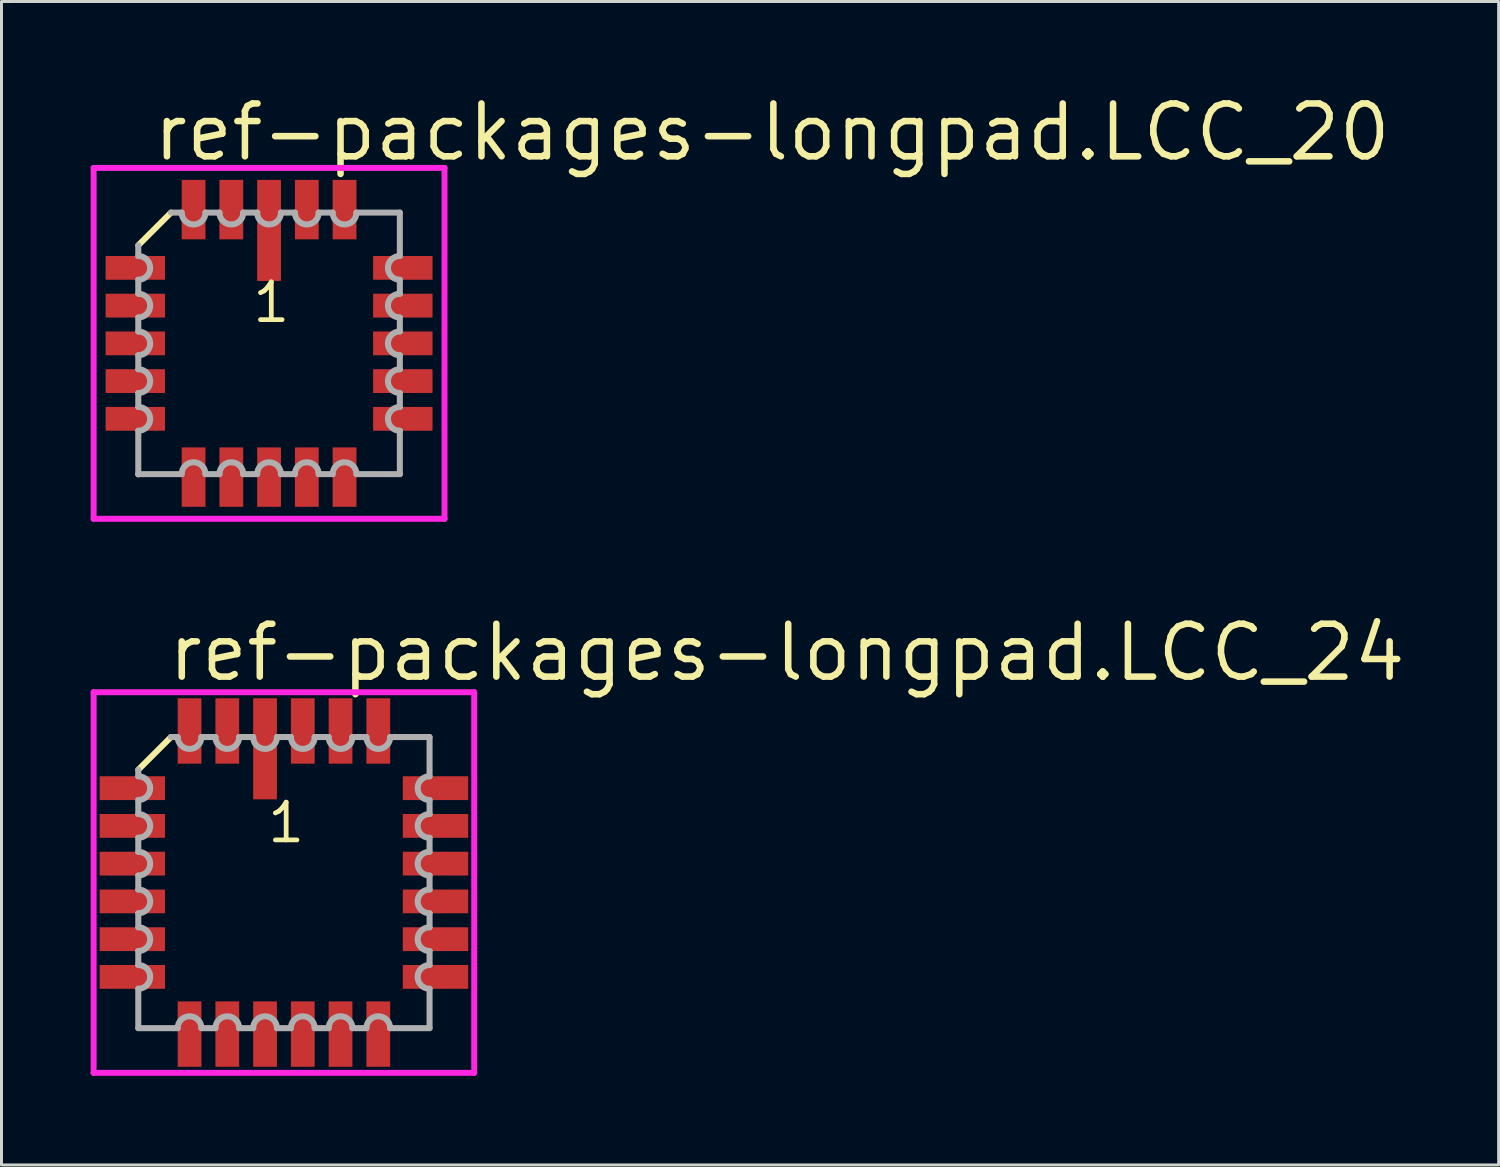
<source format=kicad_pcb>
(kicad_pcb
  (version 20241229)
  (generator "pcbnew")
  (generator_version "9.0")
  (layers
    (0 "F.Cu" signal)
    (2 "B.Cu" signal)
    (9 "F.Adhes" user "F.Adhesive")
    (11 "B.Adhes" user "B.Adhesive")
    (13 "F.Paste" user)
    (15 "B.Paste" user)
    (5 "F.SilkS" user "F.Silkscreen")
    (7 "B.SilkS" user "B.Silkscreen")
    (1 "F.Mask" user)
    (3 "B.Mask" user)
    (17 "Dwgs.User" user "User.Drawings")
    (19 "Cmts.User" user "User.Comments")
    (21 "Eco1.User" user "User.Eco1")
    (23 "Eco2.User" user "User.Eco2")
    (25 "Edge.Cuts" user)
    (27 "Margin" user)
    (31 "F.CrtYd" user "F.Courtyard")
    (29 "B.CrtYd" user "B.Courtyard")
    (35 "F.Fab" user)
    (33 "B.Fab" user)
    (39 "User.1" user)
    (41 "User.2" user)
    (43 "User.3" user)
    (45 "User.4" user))
  (footprint "ref-packages-longpad.LCC_20"
    (layer "F.Cu")
    (at 6.003 8.503)
    (property "Reference" "ref-packages-longpad.LCC_20" (at -4.005 -6.065 0) (layer "F.SilkS") (effects (font (size 1.778 1.778) (thickness 0.22)) (justify left bottom)))
    (attr smd)
    (fp_line (start -3.3 -4.4) (end -4.4 -3.3) (stroke (width 0.203) (type default)) (layer "F.SilkS"))
    (fp_line (start -5.903 -5.903) (end 5.903 -5.903) (stroke (width 0.2) (type default)) (layer "F.CrtYd"))
    (fp_line (start -5.903 5.903) (end -5.903 -5.903) (stroke (width 0.2) (type default)) (layer "F.CrtYd"))
    (fp_line (start 5.903 -5.903) (end 5.903 5.903) (stroke (width 0.2) (type default)) (layer "F.CrtYd"))
    (fp_line (start 5.903 5.903) (end -5.903 5.903) (stroke (width 0.2) (type default)) (layer "F.CrtYd"))
    (fp_line (start -4.4 -3.3) (end -4.4 -2.94) (stroke (width 0.203) (type default)) (layer "F.Fab"))
    (fp_line (start -4.4 -2.14) (end -4.4 -1.67) (stroke (width 0.203) (type default)) (layer "F.Fab"))
    (fp_line (start -4.4 -0.87) (end -4.4 -0.4) (stroke (width 0.203) (type default)) (layer "F.Fab"))
    (fp_line (start -4.4 0.4) (end -4.4 0.87) (stroke (width 0.203) (type default)) (layer "F.Fab"))
    (fp_line (start -4.4 1.67) (end -4.4 2.14) (stroke (width 0.203) (type default)) (layer "F.Fab"))
    (fp_line (start -4.4 2.94) (end -4.4 4.4) (stroke (width 0.203) (type default)) (layer "F.Fab"))
    (fp_line (start -4.4 4.4) (end -4.4 4.41) (stroke (width 0.203) (type default)) (layer "F.Fab"))
    (fp_line (start -4.4 4.4) (end -2.94 4.4) (stroke (width 0.203) (type default)) (layer "F.Fab"))
    (fp_line (start -2.94 -4.4) (end -3.3 -4.4) (stroke (width 0.203) (type default)) (layer "F.Fab"))
    (fp_line (start -2.14 4.4) (end -1.67 4.4) (stroke (width 0.203) (type default)) (layer "F.Fab"))
    (fp_line (start -1.67 -4.4) (end -2.14 -4.4) (stroke (width 0.203) (type default)) (layer "F.Fab"))
    (fp_line (start -0.87 4.4) (end -0.4 4.4) (stroke (width 0.203) (type default)) (layer "F.Fab"))
    (fp_line (start -0.4 -4.4) (end -0.87 -4.4) (stroke (width 0.203) (type default)) (layer "F.Fab"))
    (fp_line (start 0.4 4.4) (end 0.87 4.4) (stroke (width 0.203) (type default)) (layer "F.Fab"))
    (fp_line (start 0.87 -4.4) (end 0.4 -4.4) (stroke (width 0.203) (type default)) (layer "F.Fab"))
    (fp_line (start 1.67 4.4) (end 2.14 4.4) (stroke (width 0.203) (type default)) (layer "F.Fab"))
    (fp_line (start 2.14 -4.4) (end 1.67 -4.4) (stroke (width 0.203) (type default)) (layer "F.Fab"))
    (fp_line (start 2.94 4.4) (end 4.4 4.4) (stroke (width 0.203) (type default)) (layer "F.Fab"))
    (fp_line (start 4.4 -4.4) (end 2.94 -4.4) (stroke (width 0.203) (type default)) (layer "F.Fab"))
    (fp_line (start 4.4 -2.94) (end 4.4 -4.4) (stroke (width 0.203) (type default)) (layer "F.Fab"))
    (fp_line (start 4.4 -1.67) (end 4.4 -2.14) (stroke (width 0.203) (type default)) (layer "F.Fab"))
    (fp_line (start 4.4 -0.4) (end 4.4 -0.87) (stroke (width 0.203) (type default)) (layer "F.Fab"))
    (fp_line (start 4.4 0.87) (end 4.4 0.4) (stroke (width 0.203) (type default)) (layer "F.Fab"))
    (fp_line (start 4.4 2.14) (end 4.4 1.67) (stroke (width 0.203) (type default)) (layer "F.Fab"))
    (fp_line (start 4.4 4.4) (end 4.4 2.94) (stroke (width 0.203) (type default)) (layer "F.Fab"))
    (fp_arc (start -4.4001 -2.94) (mid -4.0001 -2.54) (end -4.4001 -2.14) (stroke (width 0.2032) (type default)) (layer "F.Fab"))
    (fp_arc (start -4.4001 -1.67) (mid -4.0001 -1.27) (end -4.4001 -0.87) (stroke (width 0.2032) (type default)) (layer "F.Fab"))
    (fp_arc (start -4.4001 -0.4001) (mid -4 0) (end -4.4001 0.4001) (stroke (width 0.2032) (type default)) (layer "F.Fab"))
    (fp_arc (start -4.4001 0.8699) (mid -4 1.27) (end -4.4001 1.6701) (stroke (width 0.2032) (type default)) (layer "F.Fab"))
    (fp_arc (start -4.4001 2.1399) (mid -4 2.54) (end -4.4001 2.9401) (stroke (width 0.2032) (type default)) (layer "F.Fab"))
    (fp_arc (start -2.9401 4.4001) (mid -2.54 4) (end -2.1399 4.4001) (stroke (width 0.2032) (type default)) (layer "F.Fab"))
    (fp_arc (start -2.1399 -4.4001) (mid -2.54 -4) (end -2.9401 -4.4001) (stroke (width 0.2032) (type default)) (layer "F.Fab"))
    (fp_arc (start -1.6701 4.4001) (mid -1.27 4) (end -0.8699 4.4001) (stroke (width 0.2032) (type default)) (layer "F.Fab"))
    (fp_arc (start -0.8699 -4.4001) (mid -1.27 -4) (end -1.6701 -4.4001) (stroke (width 0.2032) (type default)) (layer "F.Fab"))
    (fp_arc (start -0.4001 4.4001) (mid 0 4) (end 0.4001 4.4001) (stroke (width 0.2032) (type default)) (layer "F.Fab"))
    (fp_arc (start 0.4001 -4.4001) (mid 0 -4) (end -0.4001 -4.4001) (stroke (width 0.2032) (type default)) (layer "F.Fab"))
    (fp_arc (start 0.87 4.4001) (mid 1.27 4.0001) (end 1.67 4.4001) (stroke (width 0.2032) (type default)) (layer "F.Fab"))
    (fp_arc (start 1.67 -4.4001) (mid 1.27 -4.0001) (end 0.87 -4.4001) (stroke (width 0.2032) (type default)) (layer "F.Fab"))
    (fp_arc (start 2.14 4.4001) (mid 2.54 4.0001) (end 2.94 4.4001) (stroke (width 0.2032) (type default)) (layer "F.Fab"))
    (fp_arc (start 2.94 -4.4001) (mid 2.54 -4.0001) (end 2.14 -4.4001) (stroke (width 0.2032) (type default)) (layer "F.Fab"))
    (fp_arc (start 4.4001 -2.1399) (mid 4 -2.54) (end 4.4001 -2.9401) (stroke (width 0.2032) (type default)) (layer "F.Fab"))
    (fp_arc (start 4.4001 -0.8699) (mid 4 -1.27) (end 4.4001 -1.6701) (stroke (width 0.2032) (type default)) (layer "F.Fab"))
    (fp_arc (start 4.4001 0.4001) (mid 4 0) (end 4.4001 -0.4001) (stroke (width 0.2032) (type default)) (layer "F.Fab"))
    (fp_arc (start 4.4001 1.67) (mid 4.0001 1.27) (end 4.4001 0.87) (stroke (width 0.2032) (type default)) (layer "F.Fab"))
    (fp_arc (start 4.4001 2.94) (mid 4.0001 2.54) (end 4.4001 2.14) (stroke (width 0.2032) (type default)) (layer "F.Fab"))
    (fp_text user "1" (at -0.635 -0.635 0) (layer "F.SilkS") (effects (font (size 1.27 1.27) (thickness 0.16)) (justify left bottom)))
    (pad "1" smd roundrect (at 0 -3.8) (size 0.8 3.4) (layers "F.Cu" "F.Mask" "F.Paste") (roundrect_rratio 0.01))
    (pad "2" smd roundrect (at -1.27 -4.5) (size 0.8 2) (layers "F.Cu" "F.Mask" "F.Paste") (roundrect_rratio 0.01))
    (pad "3" smd roundrect (at -2.54 -4.5) (size 0.8 2) (layers "F.Cu" "F.Mask" "F.Paste") (roundrect_rratio 0.01))
    (pad "4" smd roundrect (at -4.5 -2.54) (size 2 0.8) (layers "F.Cu" "F.Mask" "F.Paste") (roundrect_rratio 0.01))
    (pad "5" smd roundrect (at -4.5 -1.27) (size 2 0.8) (layers "F.Cu" "F.Mask" "F.Paste") (roundrect_rratio 0.01))
    (pad "6" smd roundrect (at -4.5 0) (size 2 0.8) (layers "F.Cu" "F.Mask" "F.Paste") (roundrect_rratio 0.01))
    (pad "7" smd roundrect (at -4.5 1.27) (size 2 0.8) (layers "F.Cu" "F.Mask" "F.Paste") (roundrect_rratio 0.01))
    (pad "8" smd roundrect (at -4.5 2.54) (size 2 0.8) (layers "F.Cu" "F.Mask" "F.Paste") (roundrect_rratio 0.01))
    (pad "9" smd roundrect (at -2.54 4.5) (size 0.8 2) (layers "F.Cu" "F.Mask" "F.Paste") (roundrect_rratio 0.01))
    (pad "10" smd roundrect (at -1.27 4.5) (size 0.8 2) (layers "F.Cu" "F.Mask" "F.Paste") (roundrect_rratio 0.01))
    (pad "11" smd roundrect (at 0 4.5) (size 0.8 2) (layers "F.Cu" "F.Mask" "F.Paste") (roundrect_rratio 0.01))
    (pad "12" smd roundrect (at 1.27 4.5) (size 0.8 2) (layers "F.Cu" "F.Mask" "F.Paste") (roundrect_rratio 0.01))
    (pad "13" smd roundrect (at 2.54 4.5) (size 0.8 2) (layers "F.Cu" "F.Mask" "F.Paste") (roundrect_rratio 0.01))
    (pad "14" smd roundrect (at 4.5 2.54) (size 2 0.8) (layers "F.Cu" "F.Mask" "F.Paste") (roundrect_rratio 0.01))
    (pad "15" smd roundrect (at 4.5 1.27) (size 2 0.8) (layers "F.Cu" "F.Mask" "F.Paste") (roundrect_rratio 0.01))
    (pad "16" smd roundrect (at 4.5 0) (size 2 0.8) (layers "F.Cu" "F.Mask" "F.Paste") (roundrect_rratio 0.01))
    (pad "17" smd roundrect (at 4.5 -1.27) (size 2 0.8) (layers "F.Cu" "F.Mask" "F.Paste") (roundrect_rratio 0.01))
    (pad "18" smd roundrect (at 4.5 -2.54) (size 2 0.8) (layers "F.Cu" "F.Mask" "F.Paste") (roundrect_rratio 0.01))
    (pad "19" smd roundrect (at 2.54 -4.5) (size 0.8 2) (layers "F.Cu" "F.Mask" "F.Paste") (roundrect_rratio 0.01))
    (pad "20" smd roundrect (at 1.27 -4.5) (size 0.8 2) (layers "F.Cu" "F.Mask" "F.Paste") (roundrect_rratio 0.01)))
  (footprint "ref-packages-longpad.LCC_24"
    (layer "F.Cu")
    (at 6.503 26.644)
    (property "Reference" "ref-packages-longpad.LCC_24" (at -4.005 -6.7 0) (layer "F.SilkS") (effects (font (size 1.778 1.778) (thickness 0.22)) (justify left bottom)))
    (attr smd)
    (fp_line (start -3.8 -4.895) (end -4.9 -3.795) (stroke (width 0.203) (type default)) (layer "F.SilkS"))
    (fp_line (start -6.403 -6.403) (end 6.403 -6.403) (stroke (width 0.2) (type default)) (layer "F.CrtYd"))
    (fp_line (start -6.403 6.403) (end -6.403 -6.403) (stroke (width 0.2) (type default)) (layer "F.CrtYd"))
    (fp_line (start 6.403 -6.403) (end 6.403 6.403) (stroke (width 0.2) (type default)) (layer "F.CrtYd"))
    (fp_line (start 6.403 6.403) (end -6.403 6.403) (stroke (width 0.2) (type default)) (layer "F.CrtYd"))
    (fp_line (start -4.9 -3.795) (end -4.9 -3.575) (stroke (width 0.203) (type default)) (layer "F.Fab"))
    (fp_line (start -4.9 -2.775) (end -4.9 -2.305) (stroke (width 0.203) (type default)) (layer "F.Fab"))
    (fp_line (start -4.9 -1.505) (end -4.9 -1.035) (stroke (width 0.203) (type default)) (layer "F.Fab"))
    (fp_line (start -4.9 -0.235) (end -4.9 0.235) (stroke (width 0.203) (type default)) (layer "F.Fab"))
    (fp_line (start -4.9 1.035) (end -4.9 1.505) (stroke (width 0.203) (type default)) (layer "F.Fab"))
    (fp_line (start -4.9 2.305) (end -4.9 2.775) (stroke (width 0.203) (type default)) (layer "F.Fab"))
    (fp_line (start -4.9 3.575) (end -4.9 4.9) (stroke (width 0.203) (type default)) (layer "F.Fab"))
    (fp_line (start -4.9 4.9) (end -3.575 4.9) (stroke (width 0.203) (type default)) (layer "F.Fab"))
    (fp_line (start -3.575 -4.895) (end -3.8 -4.895) (stroke (width 0.203) (type default)) (layer "F.Fab"))
    (fp_line (start -2.775 4.9) (end -2.305 4.9) (stroke (width 0.203) (type default)) (layer "F.Fab"))
    (fp_line (start -2.305 -4.895) (end -2.775 -4.895) (stroke (width 0.203) (type default)) (layer "F.Fab"))
    (fp_line (start -1.505 4.9) (end -1.035 4.9) (stroke (width 0.203) (type default)) (layer "F.Fab"))
    (fp_line (start -1.035 -4.895) (end -1.505 -4.895) (stroke (width 0.203) (type default)) (layer "F.Fab"))
    (fp_line (start -0.235 4.9) (end 0.235 4.9) (stroke (width 0.203) (type default)) (layer "F.Fab"))
    (fp_line (start 0.235 -4.895) (end -0.235 -4.895) (stroke (width 0.203) (type default)) (layer "F.Fab"))
    (fp_line (start 1.035 4.9) (end 1.505 4.9) (stroke (width 0.203) (type default)) (layer "F.Fab"))
    (fp_line (start 1.505 -4.895) (end 1.035 -4.895) (stroke (width 0.203) (type default)) (layer "F.Fab"))
    (fp_line (start 2.305 4.9) (end 2.775 4.9) (stroke (width 0.203) (type default)) (layer "F.Fab"))
    (fp_line (start 2.775 -4.895) (end 2.305 -4.895) (stroke (width 0.203) (type default)) (layer "F.Fab"))
    (fp_line (start 3.575 4.9) (end 4.9 4.9) (stroke (width 0.203) (type default)) (layer "F.Fab"))
    (fp_line (start 4.9 -4.895) (end 3.575 -4.895) (stroke (width 0.203) (type default)) (layer "F.Fab"))
    (fp_line (start 4.9 -3.575) (end 4.9 -4.895) (stroke (width 0.203) (type default)) (layer "F.Fab"))
    (fp_line (start 4.9 -2.305) (end 4.9 -2.775) (stroke (width 0.203) (type default)) (layer "F.Fab"))
    (fp_line (start 4.9 -1.035) (end 4.9 -1.505) (stroke (width 0.203) (type default)) (layer "F.Fab"))
    (fp_line (start 4.9 0.235) (end 4.9 -0.235) (stroke (width 0.203) (type default)) (layer "F.Fab"))
    (fp_line (start 4.9 1.505) (end 4.9 1.035) (stroke (width 0.203) (type default)) (layer "F.Fab"))
    (fp_line (start 4.9 2.775) (end 4.9 2.305) (stroke (width 0.203) (type default)) (layer "F.Fab"))
    (fp_line (start 4.9 4.9) (end 4.9 3.575) (stroke (width 0.203) (type default)) (layer "F.Fab"))
    (fp_arc (start -4.9 -3.575) (mid -4.5 -3.175) (end -4.9 -2.775) (stroke (width 0.2032) (type default)) (layer "F.Fab"))
    (fp_arc (start -4.9 -2.305) (mid -4.5 -1.905) (end -4.9 -1.505) (stroke (width 0.2032) (type default)) (layer "F.Fab"))
    (fp_arc (start -4.9 -1.035) (mid -4.5 -0.635) (end -4.9 -0.235) (stroke (width 0.2032) (type default)) (layer "F.Fab"))
    (fp_arc (start -4.9 0.2349) (mid -4.4999 0.635) (end -4.9 1.0351) (stroke (width 0.2032) (type default)) (layer "F.Fab"))
    (fp_arc (start -4.9 1.5049) (mid -4.4999 1.905) (end -4.9 2.3051) (stroke (width 0.2032) (type default)) (layer "F.Fab"))
    (fp_arc (start -4.9 2.7749) (mid -4.4999 3.175) (end -4.9 3.5751) (stroke (width 0.2032) (type default)) (layer "F.Fab"))
    (fp_arc (start -3.5751 4.9) (mid -3.175 4.4999) (end -2.7749 4.9) (stroke (width 0.2032) (type default)) (layer "F.Fab"))
    (fp_arc (start -2.7749 -4.8949) (mid -3.175 -4.4948) (end -3.5751 -4.8949) (stroke (width 0.2032) (type default)) (layer "F.Fab"))
    (fp_arc (start -2.3051 4.9) (mid -1.905 4.4999) (end -1.5049 4.9) (stroke (width 0.2032) (type default)) (layer "F.Fab"))
    (fp_arc (start -1.5049 -4.8949) (mid -1.905 -4.4948) (end -2.3051 -4.8949) (stroke (width 0.2032) (type default)) (layer "F.Fab"))
    (fp_arc (start -1.0351 4.9) (mid -0.635 4.4999) (end -0.2349 4.9) (stroke (width 0.2032) (type default)) (layer "F.Fab"))
    (fp_arc (start -0.2349 -4.8949) (mid -0.635 -4.4948) (end -1.0351 -4.8949) (stroke (width 0.2032) (type default)) (layer "F.Fab"))
    (fp_arc (start 0.235 4.9) (mid 0.635 4.5) (end 1.035 4.9) (stroke (width 0.2032) (type default)) (layer "F.Fab"))
    (fp_arc (start 1.035 -4.8949) (mid 0.635 -4.4949) (end 0.235 -4.8949) (stroke (width 0.2032) (type default)) (layer "F.Fab"))
    (fp_arc (start 1.505 4.9) (mid 1.905 4.5) (end 2.305 4.9) (stroke (width 0.2032) (type default)) (layer "F.Fab"))
    (fp_arc (start 2.305 -4.8949) (mid 1.905 -4.4949) (end 1.505 -4.8949) (stroke (width 0.2032) (type default)) (layer "F.Fab"))
    (fp_arc (start 2.775 4.9) (mid 3.175 4.5) (end 3.575 4.9) (stroke (width 0.2032) (type default)) (layer "F.Fab"))
    (fp_arc (start 3.575 -4.8949) (mid 3.175 -4.4949) (end 2.775 -4.8949) (stroke (width 0.2032) (type default)) (layer "F.Fab"))
    (fp_arc (start 4.9 -2.7749) (mid 4.4999 -3.175) (end 4.9 -3.5751) (stroke (width 0.2032) (type default)) (layer "F.Fab"))
    (fp_arc (start 4.9 -1.5049) (mid 4.4999 -1.905) (end 4.9 -2.3051) (stroke (width 0.2032) (type default)) (layer "F.Fab"))
    (fp_arc (start 4.9 -0.2349) (mid 4.4999 -0.635) (end 4.9 -1.0351) (stroke (width 0.2032) (type default)) (layer "F.Fab"))
    (fp_arc (start 4.9 1.035) (mid 4.5 0.635) (end 4.9 0.235) (stroke (width 0.2032) (type default)) (layer "F.Fab"))
    (fp_arc (start 4.9 2.305) (mid 4.5 1.905) (end 4.9 1.505) (stroke (width 0.2032) (type default)) (layer "F.Fab"))
    (fp_arc (start 4.9 3.575) (mid 4.5 3.175) (end 4.9 2.775) (stroke (width 0.2032) (type default)) (layer "F.Fab"))
    (fp_text user "1" (at -0.635 -1.27 0) (layer "F.SilkS") (effects (font (size 1.27 1.27) (thickness 0.16)) (justify left bottom)))
    (pad "1" smd roundrect (at -0.635 -4.5) (size 0.8 3.4) (layers "F.Cu" "F.Mask" "F.Paste") (roundrect_rratio 0.01))
    (pad "2" smd roundrect (at -1.905 -5.1) (size 0.8 2.2) (layers "F.Cu" "F.Mask" "F.Paste") (roundrect_rratio 0.01))
    (pad "3" smd roundrect (at -3.175 -5.1) (size 0.8 2.2) (layers "F.Cu" "F.Mask" "F.Paste") (roundrect_rratio 0.01))
    (pad "4" smd roundrect (at -5.1 -3.175) (size 2.2 0.8) (layers "F.Cu" "F.Mask" "F.Paste") (roundrect_rratio 0.01))
    (pad "5" smd roundrect (at -5.1 -1.905) (size 2.2 0.8) (layers "F.Cu" "F.Mask" "F.Paste") (roundrect_rratio 0.01))
    (pad "6" smd roundrect (at -5.1 -0.635) (size 2.2 0.8) (layers "F.Cu" "F.Mask" "F.Paste") (roundrect_rratio 0.01))
    (pad "7" smd roundrect (at -5.1 0.635) (size 2.2 0.8) (layers "F.Cu" "F.Mask" "F.Paste") (roundrect_rratio 0.01))
    (pad "8" smd roundrect (at -5.1 1.905) (size 2.2 0.8) (layers "F.Cu" "F.Mask" "F.Paste") (roundrect_rratio 0.01))
    (pad "9" smd roundrect (at -5.1 3.175) (size 2.2 0.8) (layers "F.Cu" "F.Mask" "F.Paste") (roundrect_rratio 0.01))
    (pad "10" smd roundrect (at -3.175 5.1) (size 0.8 2.2) (layers "F.Cu" "F.Mask" "F.Paste") (roundrect_rratio 0.01))
    (pad "11" smd roundrect (at -1.905 5.1) (size 0.8 2.2) (layers "F.Cu" "F.Mask" "F.Paste") (roundrect_rratio 0.01))
    (pad "12" smd roundrect (at -0.635 5.1) (size 0.8 2.2) (layers "F.Cu" "F.Mask" "F.Paste") (roundrect_rratio 0.01))
    (pad "13" smd roundrect (at 0.635 5.1) (size 0.8 2.2) (layers "F.Cu" "F.Mask" "F.Paste") (roundrect_rratio 0.01))
    (pad "14" smd roundrect (at 1.905 5.1) (size 0.8 2.2) (layers "F.Cu" "F.Mask" "F.Paste") (roundrect_rratio 0.01))
    (pad "15" smd roundrect (at 3.175 5.1) (size 0.8 2.2) (layers "F.Cu" "F.Mask" "F.Paste") (roundrect_rratio 0.01))
    (pad "16" smd roundrect (at 5.1 3.175) (size 2.2 0.8) (layers "F.Cu" "F.Mask" "F.Paste") (roundrect_rratio 0.01))
    (pad "17" smd roundrect (at 5.1 1.905) (size 2.2 0.8) (layers "F.Cu" "F.Mask" "F.Paste") (roundrect_rratio 0.01))
    (pad "18" smd roundrect (at 5.1 0.635) (size 2.2 0.8) (layers "F.Cu" "F.Mask" "F.Paste") (roundrect_rratio 0.01))
    (pad "19" smd roundrect (at 5.1 -0.635) (size 2.2 0.8) (layers "F.Cu" "F.Mask" "F.Paste") (roundrect_rratio 0.01))
    (pad "20" smd roundrect (at 5.1 -1.905) (size 2.2 0.8) (layers "F.Cu" "F.Mask" "F.Paste") (roundrect_rratio 0.01))
    (pad "21" smd roundrect (at 5.1 -3.175) (size 2.2 0.8) (layers "F.Cu" "F.Mask" "F.Paste") (roundrect_rratio 0.01))
    (pad "22" smd roundrect (at 3.175 -5.1) (size 0.8 2.2) (layers "F.Cu" "F.Mask" "F.Paste") (roundrect_rratio 0.01))
    (pad "23" smd roundrect (at 1.905 -5.1) (size 0.8 2.2) (layers "F.Cu" "F.Mask" "F.Paste") (roundrect_rratio 0.01))
    (pad "24" smd roundrect (at 0.635 -5.1) (size 0.8 2.2) (layers "F.Cu" "F.Mask" "F.Paste") (roundrect_rratio 0.01)))
  (gr_rect
    (start -3 -3)
    (end 47.374 36.147)
    (stroke (width 0.1) (type default))
    (fill no)
    (layer "Edge.Cuts")))
</source>
